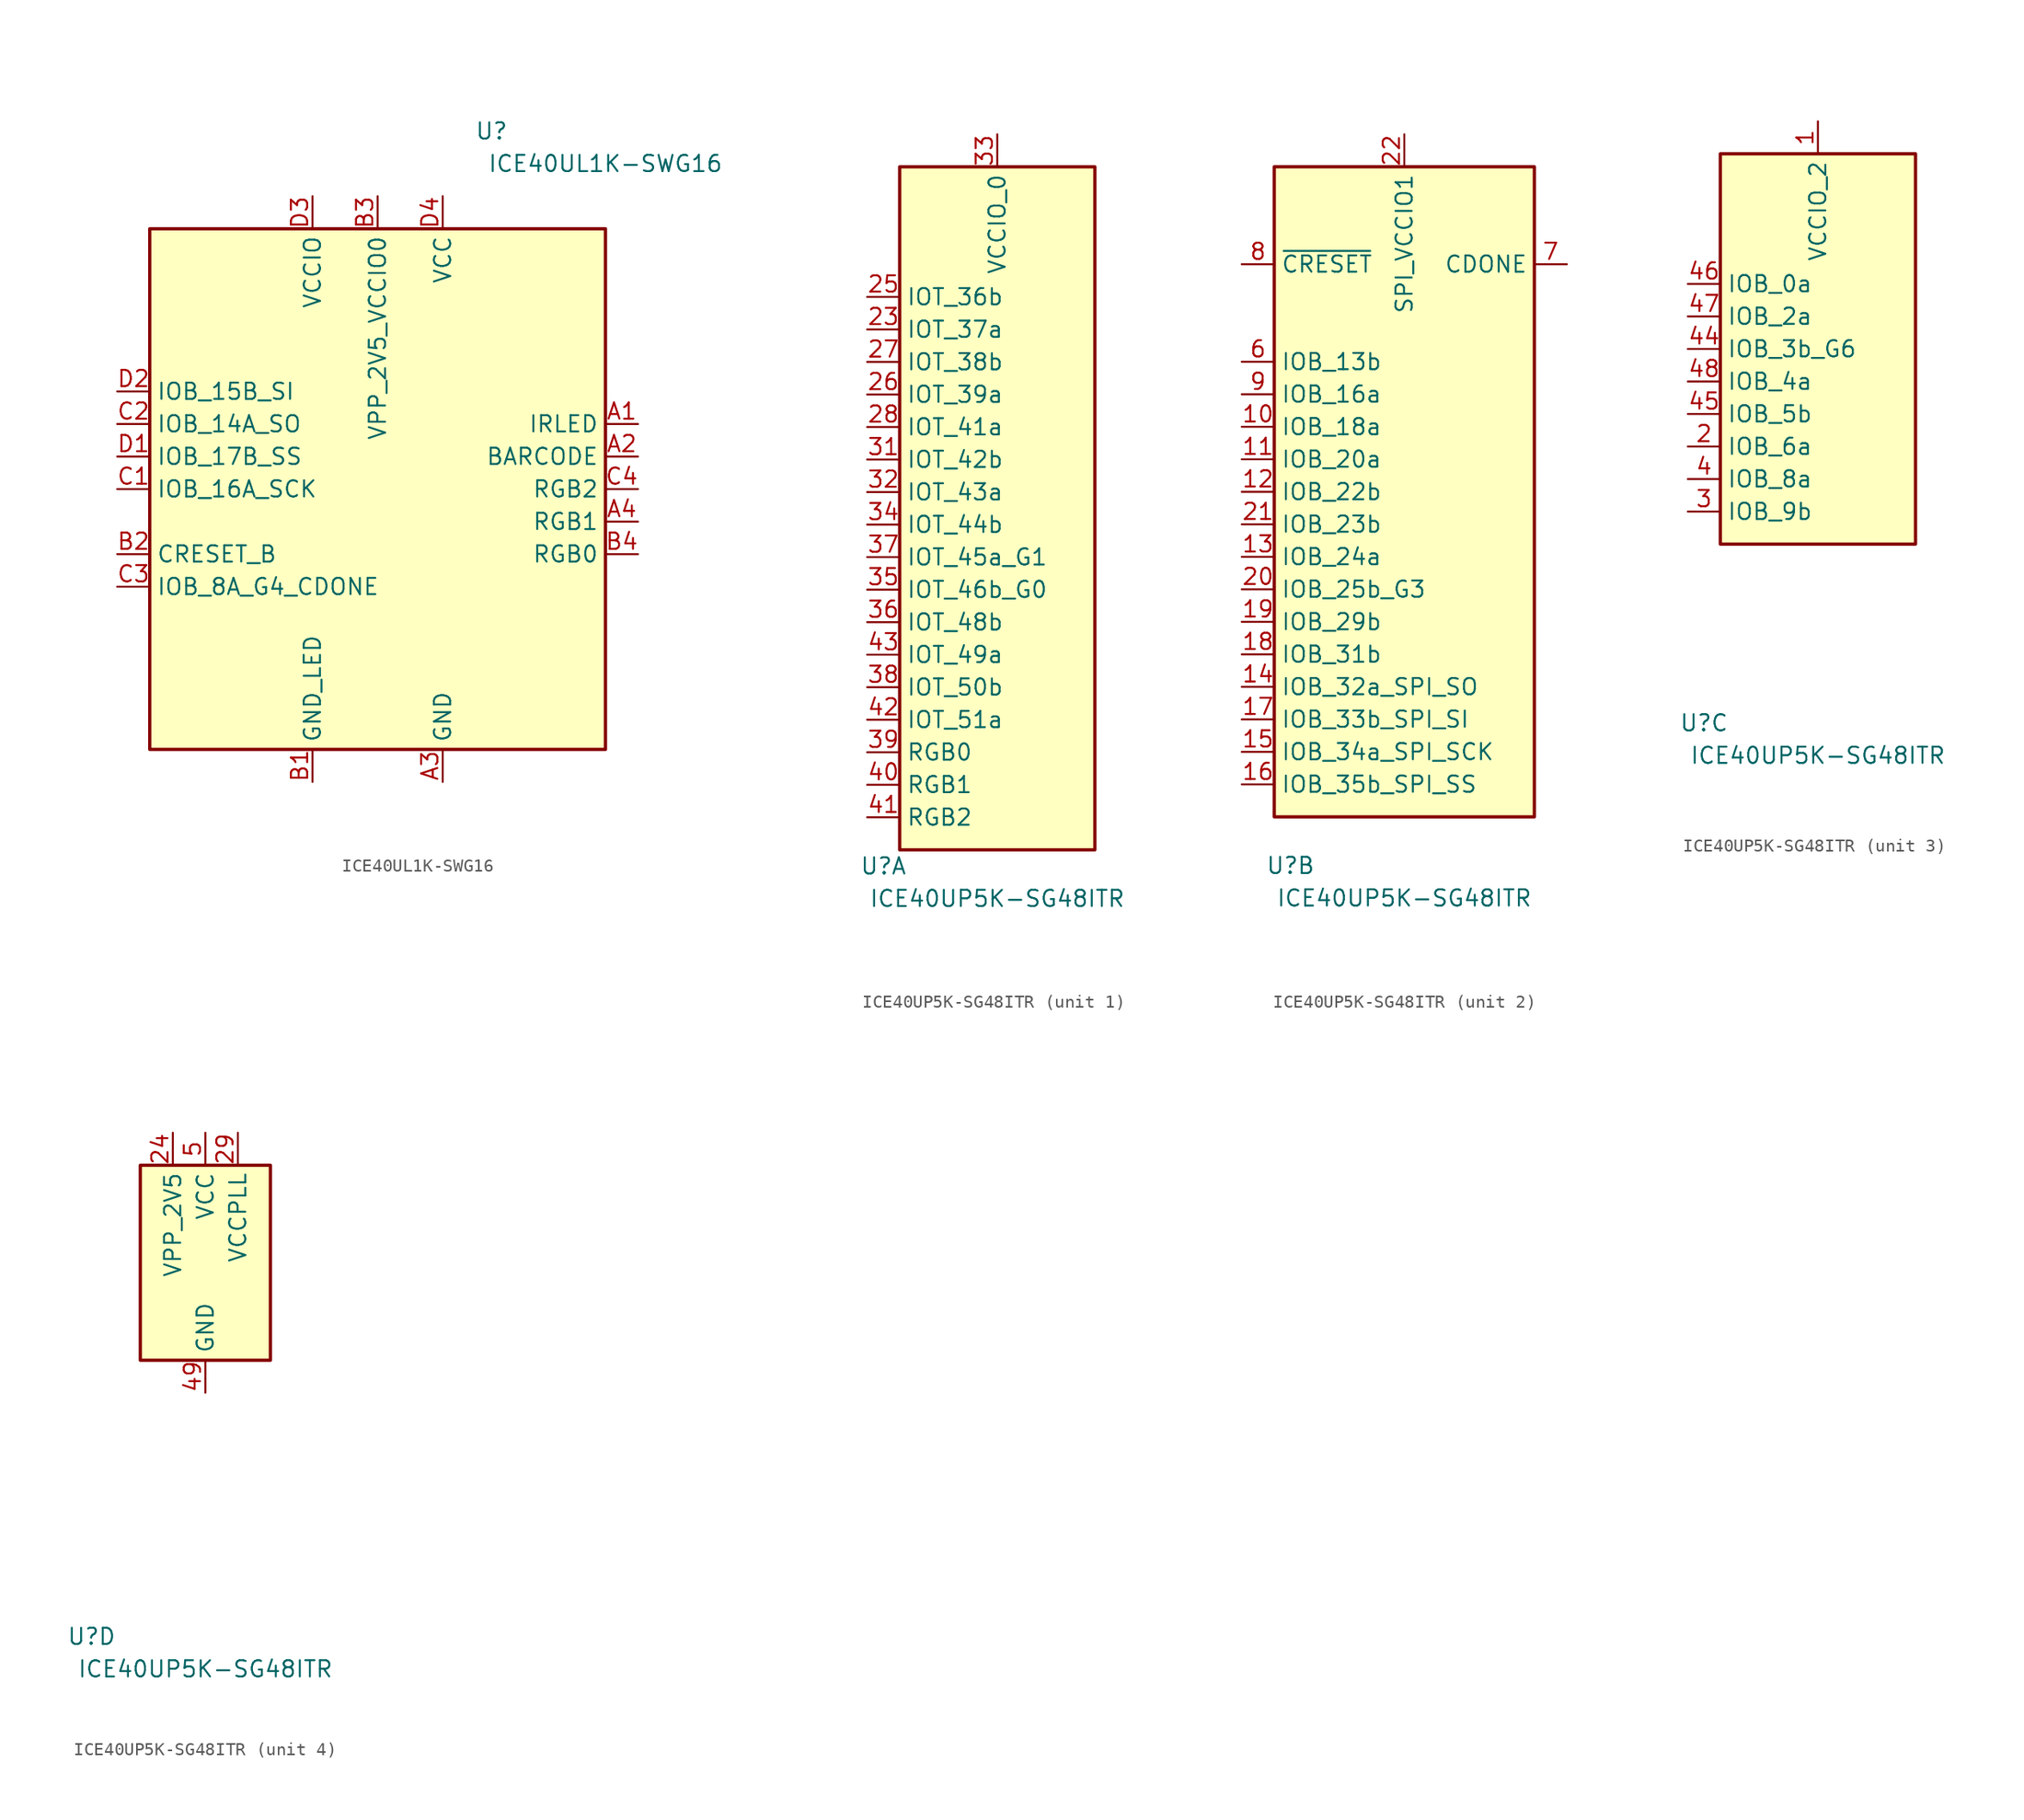
<source format=kicad_sym>
(kicad_symbol_lib
  (version 20201005)
  (generator kicad_symbol_editor)
  (symbol "FPGA_Lattice:ICE40UL1K-SWG16"
    (property "Reference" "U"
      (at 8.89 27.94 0)
      (effects (font (size 1.27 1.27))))
    (property "Value" "ICE40UL1K-SWG16"
      (at 17.78 25.4 0)
      (effects (font (size 1.27 1.27))))
    (symbol "ICE40UL1K-SWG16_0_1"
      (rectangle (start -17.78 20.32) (end 17.78 -20.32) (stroke (width 0.254)) (fill (type background))))
    (symbol "ICE40UL1K-SWG16_1_1"
      (pin bidirectional line (at 20.32 5.08 180) (length 2.54) (name "IRLED" (effects (font (size 1.27 1.27)))) (number "A1" (effects (font (size 1.27 1.27)))))
      (pin bidirectional line (at 20.32 2.54 180) (length 2.54) (name "BARCODE" (effects (font (size 1.27 1.27)))) (number "A2" (effects (font (size 1.27 1.27)))))
      (pin power_in line (at 5.08 -22.86 90) (length 2.54) (name "GND" (effects (font (size 1.27 1.27)))) (number "A3" (effects (font (size 1.27 1.27)))))
      (pin bidirectional line (at 20.32 -2.54 180) (length 2.54) (name "RGB1" (effects (font (size 1.27 1.27)))) (number "A4" (effects (font (size 1.27 1.27)))))
      (pin power_in line (at -5.08 -22.86 90) (length 2.54) (name "GND_LED" (effects (font (size 1.27 1.27)))) (number "B1" (effects (font (size 1.27 1.27)))))
      (pin input line (at -20.32 -5.08 0) (length 2.54) (name "CRESET_B" (effects (font (size 1.27 1.27)))) (number "B2" (effects (font (size 1.27 1.27)))))
      (pin power_in line (at 0 22.86 270) (length 2.54) (name "VPP_2V5_VCCIO0" (effects (font (size 1.27 1.27)))) (number "B3" (effects (font (size 1.27 1.27)))))
      (pin bidirectional line (at 20.32 -5.08 180) (length 2.54) (name "RGB0" (effects (font (size 1.27 1.27)))) (number "B4" (effects (font (size 1.27 1.27)))))
      (pin bidirectional line (at -20.32 0 0) (length 2.54) (name "IOB_16A_SCK" (effects (font (size 1.27 1.27)))) (number "C1" (effects (font (size 1.27 1.27)))))
      (pin bidirectional line (at -20.32 5.08 0) (length 2.54) (name "IOB_14A_SO" (effects (font (size 1.27 1.27)))) (number "C2" (effects (font (size 1.27 1.27)))))
      (pin bidirectional line (at -20.32 -7.62 0) (length 2.54) (name "IOB_8A_G4_CDONE" (effects (font (size 1.27 1.27)))) (number "C3" (effects (font (size 1.27 1.27)))))
      (pin bidirectional line (at 20.32 0 180) (length 2.54) (name "RGB2" (effects (font (size 1.27 1.27)))) (number "C4" (effects (font (size 1.27 1.27)))))
      (pin bidirectional line (at -20.32 2.54 0) (length 2.54) (name "IOB_17B_SS" (effects (font (size 1.27 1.27)))) (number "D1" (effects (font (size 1.27 1.27)))))
      (pin bidirectional line (at -20.32 7.62 0) (length 2.54) (name "IOB_15B_SI" (effects (font (size 1.27 1.27)))) (number "D2" (effects (font (size 1.27 1.27)))))
      (pin power_in line (at -5.08 22.86 270) (length 2.54) (name "VCCIO" (effects (font (size 1.27 1.27)))) (number "D3" (effects (font (size 1.27 1.27)))))
      (pin power_in line (at 5.08 22.86 270) (length 2.54) (name "VCC" (effects (font (size 1.27 1.27)))) (number "D4" (effects (font (size 1.27 1.27)))))))
  (symbol "FPGA_Lattice:ICE40UP5K-SG48ITR"
    (property "Reference" "U"
      (at -8.89 -29.21 0)
      (effects (font (size 1.27 1.27))))
    (property "Value" "ICE40UP5K-SG48ITR"
      (at 0 -31.75 0)
      (effects (font (size 1.27 1.27))))
    (property "ki_locked" ""
      (at 0 0 0)
      (effects (font (size 1.27 1.27))))
    (symbol "ICE40UP5K-SG48ITR_1_1"
      (rectangle (start -7.62 25.4) (end 7.62 -27.94) (stroke (width 0.254)) (fill (type background)))
      (pin bidirectional line (at -10.16 12.7 0) (length 2.54) (name "IOT_37a" (effects (font (size 1.27 1.27)))) (number "23" (effects (font (size 1.27 1.27)))))
      (pin bidirectional line (at -10.16 15.24 0) (length 2.54) (name "IOT_36b" (effects (font (size 1.27 1.27)))) (number "25" (effects (font (size 1.27 1.27)))))
      (pin bidirectional line (at -10.16 7.62 0) (length 2.54) (name "IOT_39a" (effects (font (size 1.27 1.27)))) (number "26" (effects (font (size 1.27 1.27)))))
      (pin bidirectional line (at -10.16 10.16 0) (length 2.54) (name "IOT_38b" (effects (font (size 1.27 1.27)))) (number "27" (effects (font (size 1.27 1.27)))))
      (pin bidirectional line (at -10.16 5.08 0) (length 2.54) (name "IOT_41a" (effects (font (size 1.27 1.27)))) (number "28" (effects (font (size 1.27 1.27)))))
      (pin bidirectional line (at -10.16 2.54 0) (length 2.54) (name "IOT_42b" (effects (font (size 1.27 1.27)))) (number "31" (effects (font (size 1.27 1.27)))))
      (pin bidirectional line (at -10.16 0 0) (length 2.54) (name "IOT_43a" (effects (font (size 1.27 1.27)))) (number "32" (effects (font (size 1.27 1.27)))))
      (pin power_in line (at 0 27.94 270) (length 2.54) (name "VCCIO_0" (effects (font (size 1.27 1.27)))) (number "33" (effects (font (size 1.27 1.27)))))
      (pin bidirectional line (at -10.16 -2.54 0) (length 2.54) (name "IOT_44b" (effects (font (size 1.27 1.27)))) (number "34" (effects (font (size 1.27 1.27)))))
      (pin bidirectional line (at -10.16 -7.62 0) (length 2.54) (name "IOT_46b_G0" (effects (font (size 1.27 1.27)))) (number "35" (effects (font (size 1.27 1.27)))))
      (pin bidirectional line (at -10.16 -10.16 0) (length 2.54) (name "IOT_48b" (effects (font (size 1.27 1.27)))) (number "36" (effects (font (size 1.27 1.27)))))
      (pin bidirectional line (at -10.16 -5.08 0) (length 2.54) (name "IOT_45a_G1" (effects (font (size 1.27 1.27)))) (number "37" (effects (font (size 1.27 1.27)))))
      (pin bidirectional line (at -10.16 -15.24 0) (length 2.54) (name "IOT_50b" (effects (font (size 1.27 1.27)))) (number "38" (effects (font (size 1.27 1.27)))))
      (pin open_collector line (at -10.16 -20.32 0) (length 2.54) (name "RGB0" (effects (font (size 1.27 1.27)))) (number "39" (effects (font (size 1.27 1.27)))))
      (pin open_collector line (at -10.16 -22.86 0) (length 2.54) (name "RGB1" (effects (font (size 1.27 1.27)))) (number "40" (effects (font (size 1.27 1.27)))))
      (pin open_collector line (at -10.16 -25.4 0) (length 2.54) (name "RGB2" (effects (font (size 1.27 1.27)))) (number "41" (effects (font (size 1.27 1.27)))))
      (pin bidirectional line (at -10.16 -17.78 0) (length 2.54) (name "IOT_51a" (effects (font (size 1.27 1.27)))) (number "42" (effects (font (size 1.27 1.27)))))
      (pin bidirectional line (at -10.16 -12.7 0) (length 2.54) (name "IOT_49a" (effects (font (size 1.27 1.27)))) (number "43" (effects (font (size 1.27 1.27))))))
    (symbol "ICE40UP5K-SG48ITR_2_1"
      (rectangle (start -10.16 25.4) (end 10.16 -25.4) (stroke (width 0.254)) (fill (type background)))
      (pin bidirectional line (at -12.7 5.08 0) (length 2.54) (name "IOB_18a" (effects (font (size 1.27 1.27)))) (number "10" (effects (font (size 1.27 1.27)))))
      (pin bidirectional line (at -12.7 2.54 0) (length 2.54) (name "IOB_20a" (effects (font (size 1.27 1.27)))) (number "11" (effects (font (size 1.27 1.27)))))
      (pin bidirectional line (at -12.7 0 0) (length 2.54) (name "IOB_22b" (effects (font (size 1.27 1.27)))) (number "12" (effects (font (size 1.27 1.27)))))
      (pin bidirectional line (at -12.7 -5.08 0) (length 2.54) (name "IOB_24a" (effects (font (size 1.27 1.27)))) (number "13" (effects (font (size 1.27 1.27)))))
      (pin bidirectional line (at -12.7 -15.24 0) (length 2.54) (name "IOB_32a_SPI_SO" (effects (font (size 1.27 1.27)))) (number "14" (effects (font (size 1.27 1.27)))))
      (pin bidirectional line (at -12.7 -20.32 0) (length 2.54) (name "IOB_34a_SPI_SCK" (effects (font (size 1.27 1.27)))) (number "15" (effects (font (size 1.27 1.27)))))
      (pin bidirectional line (at -12.7 -22.86 0) (length 2.54) (name "IOB_35b_SPI_SS" (effects (font (size 1.27 1.27)))) (number "16" (effects (font (size 1.27 1.27)))))
      (pin bidirectional line (at -12.7 -17.78 0) (length 2.54) (name "IOB_33b_SPI_SI" (effects (font (size 1.27 1.27)))) (number "17" (effects (font (size 1.27 1.27)))))
      (pin bidirectional line (at -12.7 -12.7 0) (length 2.54) (name "IOB_31b" (effects (font (size 1.27 1.27)))) (number "18" (effects (font (size 1.27 1.27)))))
      (pin bidirectional line (at -12.7 -10.16 0) (length 2.54) (name "IOB_29b" (effects (font (size 1.27 1.27)))) (number "19" (effects (font (size 1.27 1.27)))))
      (pin bidirectional line (at -12.7 -7.62 0) (length 2.54) (name "IOB_25b_G3" (effects (font (size 1.27 1.27)))) (number "20" (effects (font (size 1.27 1.27)))))
      (pin bidirectional line (at -12.7 -2.54 0) (length 2.54) (name "IOB_23b" (effects (font (size 1.27 1.27)))) (number "21" (effects (font (size 1.27 1.27)))))
      (pin power_in line (at 0 27.94 270) (length 2.54) (name "SPI_VCCIO1" (effects (font (size 1.27 1.27)))) (number "22" (effects (font (size 1.27 1.27)))))
      (pin bidirectional line (at -12.7 10.16 0) (length 2.54) (name "IOB_13b" (effects (font (size 1.27 1.27)))) (number "6" (effects (font (size 1.27 1.27)))))
      (pin open_collector line (at 12.7 17.78 180) (length 2.54) (name "CDONE" (effects (font (size 1.27 1.27)))) (number "7" (effects (font (size 1.27 1.27)))))
      (pin input line (at -12.7 17.78 0) (length 2.54) (name "~CRESET" (effects (font (size 1.27 1.27)))) (number "8" (effects (font (size 1.27 1.27)))))
      (pin bidirectional line (at -12.7 7.62 0) (length 2.54) (name "IOB_16a" (effects (font (size 1.27 1.27)))) (number "9" (effects (font (size 1.27 1.27))))))
    (symbol "ICE40UP5K-SG48ITR_3_1"
      (rectangle (start -7.62 15.24) (end 7.62 -15.24) (stroke (width 0.254)) (fill (type background)))
      (pin power_in line (at 0 17.78 270) (length 2.54) (name "VCCIO_2" (effects (font (size 1.27 1.27)))) (number "1" (effects (font (size 1.27 1.27)))))
      (pin bidirectional line (at -10.16 -7.62 0) (length 2.54) (name "IOB_6a" (effects (font (size 1.27 1.27)))) (number "2" (effects (font (size 1.27 1.27)))))
      (pin bidirectional line (at -10.16 -12.7 0) (length 2.54) (name "IOB_9b" (effects (font (size 1.27 1.27)))) (number "3" (effects (font (size 1.27 1.27)))))
      (pin bidirectional line (at -10.16 -10.16 0) (length 2.54) (name "IOB_8a" (effects (font (size 1.27 1.27)))) (number "4" (effects (font (size 1.27 1.27)))))
      (pin bidirectional line (at -10.16 0 0) (length 2.54) (name "IOB_3b_G6" (effects (font (size 1.27 1.27)))) (number "44" (effects (font (size 1.27 1.27)))))
      (pin bidirectional line (at -10.16 -5.08 0) (length 2.54) (name "IOB_5b" (effects (font (size 1.27 1.27)))) (number "45" (effects (font (size 1.27 1.27)))))
      (pin bidirectional line (at -10.16 5.08 0) (length 2.54) (name "IOB_0a" (effects (font (size 1.27 1.27)))) (number "46" (effects (font (size 1.27 1.27)))))
      (pin bidirectional line (at -10.16 2.54 0) (length 2.54) (name "IOB_2a" (effects (font (size 1.27 1.27)))) (number "47" (effects (font (size 1.27 1.27)))))
      (pin bidirectional line (at -10.16 -2.54 0) (length 2.54) (name "IOB_4a" (effects (font (size 1.27 1.27)))) (number "48" (effects (font (size 1.27 1.27))))))
    (symbol "ICE40UP5K-SG48ITR_4_1"
      (rectangle (start -5.08 7.62) (end 5.08 -7.62) (stroke (width 0.254)) (fill (type background)))
      (pin power_in line (at -2.54 10.16 270) (length 2.54) (name "VPP_2V5" (effects (font (size 1.27 1.27)))) (number "24" (effects (font (size 1.27 1.27)))))
      (pin power_out line (at 2.54 10.16 270) (length 2.54) (name "VCCPLL" (effects (font (size 1.27 1.27)))) (number "29" (effects (font (size 1.27 1.27)))))
      (pin passive line (at 0 10.16 270) (length 2.54) hide (name "VCC" (effects (font (size 1.27 1.27)))) (number "30" (effects (font (size 1.27 1.27)))))
      (pin power_in line (at 0 -10.16 90) (length 2.54) (name "GND" (effects (font (size 1.27 1.27)))) (number "49" (effects (font (size 1.27 1.27)))))
      (pin power_in line (at 0 10.16 270) (length 2.54) (name "VCC" (effects (font (size 1.27 1.27)))) (number "5" (effects (font (size 1.27 1.27))))))))
</source>
